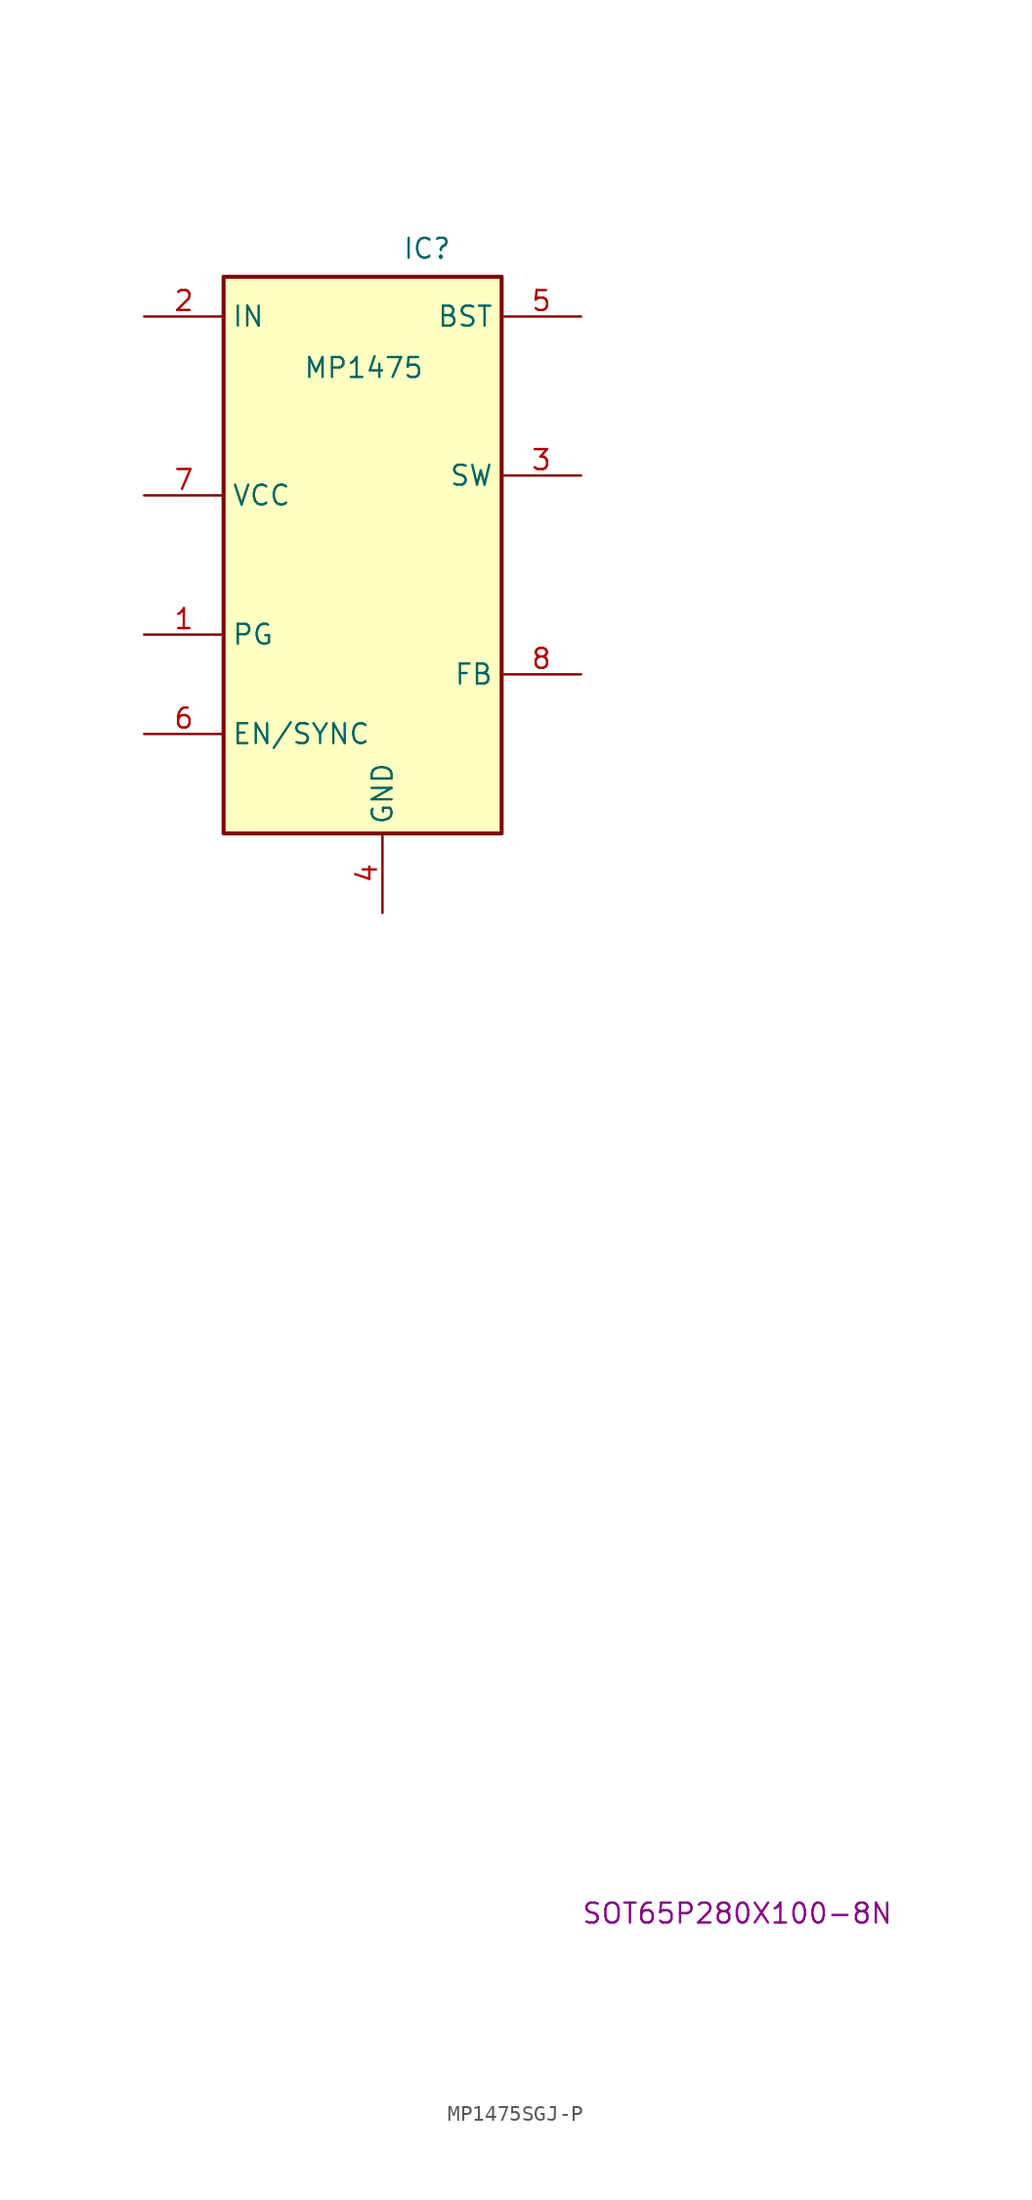
<source format=kicad_sym>
(kicad_symbol_lib
  (version 20220914)
  (generator kicad_symbol_editor)
  (symbol "MP1475SGJ-P"
    (property "Reference" "IC"
      (at 15.24 11.43 0)
      (effects (font (size 1.27 1.27)) (justify left top)))
    (property "Value" "MP1475"
      (at 8.89 3.81 0)
      (effects (font (size 1.27 1.27)) (justify left top)))
    (property "Footprint" "SOT65P280X100-8N"
      (at 26.67 -94.92 0)
      (effects (font (size 1.27 1.27)) (justify left top)))
    (symbol "MP1475SGJ-P_1_1"
      (rectangle (start 3.81 8.89) (end 21.59 -26.67) (stroke (width 0.254) (type default)) (fill (type background)))
      (pin passive line (at -1.27 -13.97 0) (length 5.08) (name "PG" (effects (font (size 1.27 1.27)))) (number "1" (effects (font (size 1.27 1.27)))))
      (pin power_in line (at -1.27 6.35 0) (length 5.08) (name "IN" (effects (font (size 1.27 1.27)))) (number "2" (effects (font (size 1.27 1.27)))))
      (pin passive line (at 26.67 -3.81 180) (length 5.08) (name "SW" (effects (font (size 1.27 1.27)))) (number "3" (effects (font (size 1.27 1.27)))))
      (pin passive line (at 13.97 -31.75 90) (length 5.08) (name "GND" (effects (font (size 1.27 1.27)))) (number "4" (effects (font (size 1.27 1.27)))))
      (pin passive line (at 26.67 6.35 180) (length 5.08) (name "BST" (effects (font (size 1.27 1.27)))) (number "5" (effects (font (size 1.27 1.27)))))
      (pin passive line (at -1.27 -20.32 0) (length 5.08) (name "EN/SYNC" (effects (font (size 1.27 1.27)))) (number "6" (effects (font (size 1.27 1.27)))))
      (pin power_in line (at -1.27 -5.08 0) (length 5.08) (name "VCC" (effects (font (size 1.27 1.27)))) (number "7" (effects (font (size 1.27 1.27)))))
      (pin passive line (at 26.67 -16.51 180) (length 5.08) (name "FB" (effects (font (size 1.27 1.27)))) (number "8" (effects (font (size 1.27 1.27))))))))
</source>
